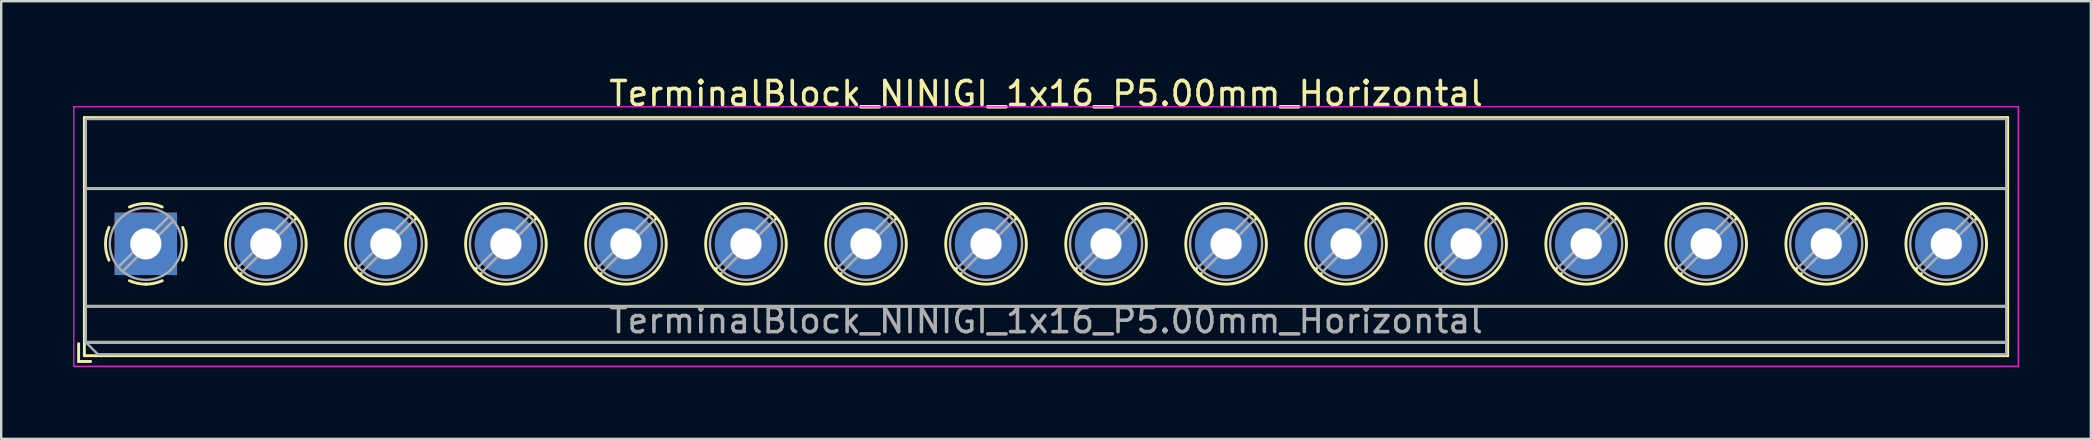
<source format=kicad_pcb>
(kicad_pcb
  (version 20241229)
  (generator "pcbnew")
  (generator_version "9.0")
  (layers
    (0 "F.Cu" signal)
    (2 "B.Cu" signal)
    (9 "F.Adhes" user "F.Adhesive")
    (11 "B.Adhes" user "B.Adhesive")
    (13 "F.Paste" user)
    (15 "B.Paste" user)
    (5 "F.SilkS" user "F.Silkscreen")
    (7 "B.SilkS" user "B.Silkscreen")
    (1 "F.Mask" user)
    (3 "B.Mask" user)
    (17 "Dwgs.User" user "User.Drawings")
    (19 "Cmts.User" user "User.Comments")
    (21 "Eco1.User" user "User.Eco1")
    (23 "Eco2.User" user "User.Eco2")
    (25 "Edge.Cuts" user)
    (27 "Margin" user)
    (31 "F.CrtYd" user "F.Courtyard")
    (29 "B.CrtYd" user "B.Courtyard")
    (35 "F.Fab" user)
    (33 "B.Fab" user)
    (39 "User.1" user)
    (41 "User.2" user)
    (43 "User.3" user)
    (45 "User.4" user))
  (footprint "TerminalBlock_NINIGI_1x16_P5.00mm_Horizontal"
    (layer "F.Cu")
    (at 3.025 7.108)
    (property "Reference" "TerminalBlock_NINIGI_1x16_P5.00mm_Horizontal" (at 37.5 -6.26 0) (layer "F.SilkS") (effects (font (size 1 1) (thickness 0.15))))
    (attr through_hole)
    (fp_line (start -2.8 4.16) (end -2.8 4.9) (stroke (width 0.12) (type solid)) (layer "F.SilkS"))
    (fp_line (start -2.8 4.9) (end -2.3 4.9) (stroke (width 0.12) (type solid)) (layer "F.SilkS"))
    (fp_line (start -2.56 -5.261) (end -2.56 4.66) (stroke (width 0.12) (type solid)) (layer "F.SilkS"))
    (fp_line (start -2.56 -5.261) (end 77.56 -5.261) (stroke (width 0.12) (type solid)) (layer "F.SilkS"))
    (fp_line (start -2.56 -2.301) (end 77.56 -2.301) (stroke (width 0.12) (type solid)) (layer "F.SilkS"))
    (fp_line (start -2.56 2.6) (end 77.56 2.6) (stroke (width 0.12) (type solid)) (layer "F.SilkS"))
    (fp_line (start -2.56 4.1) (end 77.56 4.1) (stroke (width 0.12) (type solid)) (layer "F.SilkS"))
    (fp_line (start -2.56 4.66) (end 77.56 4.66) (stroke (width 0.12) (type solid)) (layer "F.SilkS"))
    (fp_line (start 3.773 1.023) (end 3.726 1.069) (stroke (width 0.12) (type solid)) (layer "F.SilkS"))
    (fp_line (start 3.966 1.239) (end 3.931 1.274) (stroke (width 0.12) (type solid)) (layer "F.SilkS"))
    (fp_line (start 6.07 -1.275) (end 6.035 -1.239) (stroke (width 0.12) (type solid)) (layer "F.SilkS"))
    (fp_line (start 6.275 -1.069) (end 6.228 -1.023) (stroke (width 0.12) (type solid)) (layer "F.SilkS"))
    (fp_line (start 8.773 1.023) (end 8.726 1.069) (stroke (width 0.12) (type solid)) (layer "F.SilkS"))
    (fp_line (start 8.966 1.239) (end 8.931 1.274) (stroke (width 0.12) (type solid)) (layer "F.SilkS"))
    (fp_line (start 11.07 -1.275) (end 11.035 -1.239) (stroke (width 0.12) (type solid)) (layer "F.SilkS"))
    (fp_line (start 11.275 -1.069) (end 11.228 -1.023) (stroke (width 0.12) (type solid)) (layer "F.SilkS"))
    (fp_line (start 13.773 1.023) (end 13.726 1.069) (stroke (width 0.12) (type solid)) (layer "F.SilkS"))
    (fp_line (start 13.966 1.239) (end 13.931 1.274) (stroke (width 0.12) (type solid)) (layer "F.SilkS"))
    (fp_line (start 16.07 -1.275) (end 16.035 -1.239) (stroke (width 0.12) (type solid)) (layer "F.SilkS"))
    (fp_line (start 16.275 -1.069) (end 16.228 -1.023) (stroke (width 0.12) (type solid)) (layer "F.SilkS"))
    (fp_line (start 18.773 1.023) (end 18.726 1.069) (stroke (width 0.12) (type solid)) (layer "F.SilkS"))
    (fp_line (start 18.966 1.239) (end 18.931 1.274) (stroke (width 0.12) (type solid)) (layer "F.SilkS"))
    (fp_line (start 21.07 -1.275) (end 21.035 -1.239) (stroke (width 0.12) (type solid)) (layer "F.SilkS"))
    (fp_line (start 21.275 -1.069) (end 21.228 -1.023) (stroke (width 0.12) (type solid)) (layer "F.SilkS"))
    (fp_line (start 23.773 1.023) (end 23.726 1.069) (stroke (width 0.12) (type solid)) (layer "F.SilkS"))
    (fp_line (start 23.966 1.239) (end 23.931 1.274) (stroke (width 0.12) (type solid)) (layer "F.SilkS"))
    (fp_line (start 26.07 -1.275) (end 26.035 -1.239) (stroke (width 0.12) (type solid)) (layer "F.SilkS"))
    (fp_line (start 26.275 -1.069) (end 26.228 -1.023) (stroke (width 0.12) (type solid)) (layer "F.SilkS"))
    (fp_line (start 28.773 1.023) (end 28.726 1.069) (stroke (width 0.12) (type solid)) (layer "F.SilkS"))
    (fp_line (start 28.966 1.239) (end 28.931 1.274) (stroke (width 0.12) (type solid)) (layer "F.SilkS"))
    (fp_line (start 31.07 -1.275) (end 31.035 -1.239) (stroke (width 0.12) (type solid)) (layer "F.SilkS"))
    (fp_line (start 31.275 -1.069) (end 31.228 -1.023) (stroke (width 0.12) (type solid)) (layer "F.SilkS"))
    (fp_line (start 33.773 1.023) (end 33.726 1.069) (stroke (width 0.12) (type solid)) (layer "F.SilkS"))
    (fp_line (start 33.966 1.239) (end 33.931 1.274) (stroke (width 0.12) (type solid)) (layer "F.SilkS"))
    (fp_line (start 36.07 -1.275) (end 36.035 -1.239) (stroke (width 0.12) (type solid)) (layer "F.SilkS"))
    (fp_line (start 36.275 -1.069) (end 36.228 -1.023) (stroke (width 0.12) (type solid)) (layer "F.SilkS"))
    (fp_line (start 38.773 1.023) (end 38.726 1.069) (stroke (width 0.12) (type solid)) (layer "F.SilkS"))
    (fp_line (start 38.966 1.239) (end 38.931 1.274) (stroke (width 0.12) (type solid)) (layer "F.SilkS"))
    (fp_line (start 41.07 -1.275) (end 41.035 -1.239) (stroke (width 0.12) (type solid)) (layer "F.SilkS"))
    (fp_line (start 41.275 -1.069) (end 41.228 -1.023) (stroke (width 0.12) (type solid)) (layer "F.SilkS"))
    (fp_line (start 43.773 1.023) (end 43.726 1.069) (stroke (width 0.12) (type solid)) (layer "F.SilkS"))
    (fp_line (start 43.966 1.239) (end 43.931 1.274) (stroke (width 0.12) (type solid)) (layer "F.SilkS"))
    (fp_line (start 46.07 -1.275) (end 46.035 -1.239) (stroke (width 0.12) (type solid)) (layer "F.SilkS"))
    (fp_line (start 46.275 -1.069) (end 46.228 -1.023) (stroke (width 0.12) (type solid)) (layer "F.SilkS"))
    (fp_line (start 48.773 1.023) (end 48.726 1.069) (stroke (width 0.12) (type solid)) (layer "F.SilkS"))
    (fp_line (start 48.966 1.239) (end 48.931 1.274) (stroke (width 0.12) (type solid)) (layer "F.SilkS"))
    (fp_line (start 51.07 -1.275) (end 51.035 -1.239) (stroke (width 0.12) (type solid)) (layer "F.SilkS"))
    (fp_line (start 51.275 -1.069) (end 51.228 -1.023) (stroke (width 0.12) (type solid)) (layer "F.SilkS"))
    (fp_line (start 53.773 1.023) (end 53.726 1.069) (stroke (width 0.12) (type solid)) (layer "F.SilkS"))
    (fp_line (start 53.966 1.239) (end 53.931 1.274) (stroke (width 0.12) (type solid)) (layer "F.SilkS"))
    (fp_line (start 56.07 -1.275) (end 56.035 -1.239) (stroke (width 0.12) (type solid)) (layer "F.SilkS"))
    (fp_line (start 56.275 -1.069) (end 56.228 -1.023) (stroke (width 0.12) (type solid)) (layer "F.SilkS"))
    (fp_line (start 58.773 1.023) (end 58.726 1.069) (stroke (width 0.12) (type solid)) (layer "F.SilkS"))
    (fp_line (start 58.966 1.239) (end 58.931 1.274) (stroke (width 0.12) (type solid)) (layer "F.SilkS"))
    (fp_line (start 61.07 -1.275) (end 61.035 -1.239) (stroke (width 0.12) (type solid)) (layer "F.SilkS"))
    (fp_line (start 61.275 -1.069) (end 61.228 -1.023) (stroke (width 0.12) (type solid)) (layer "F.SilkS"))
    (fp_line (start 63.773 1.023) (end 63.726 1.069) (stroke (width 0.12) (type solid)) (layer "F.SilkS"))
    (fp_line (start 63.966 1.239) (end 63.931 1.274) (stroke (width 0.12) (type solid)) (layer "F.SilkS"))
    (fp_line (start 66.07 -1.275) (end 66.035 -1.239) (stroke (width 0.12) (type solid)) (layer "F.SilkS"))
    (fp_line (start 66.275 -1.069) (end 66.228 -1.023) (stroke (width 0.12) (type solid)) (layer "F.SilkS"))
    (fp_line (start 68.773 1.023) (end 68.726 1.069) (stroke (width 0.12) (type solid)) (layer "F.SilkS"))
    (fp_line (start 68.966 1.239) (end 68.931 1.274) (stroke (width 0.12) (type solid)) (layer "F.SilkS"))
    (fp_line (start 71.07 -1.275) (end 71.035 -1.239) (stroke (width 0.12) (type solid)) (layer "F.SilkS"))
    (fp_line (start 71.275 -1.069) (end 71.228 -1.023) (stroke (width 0.12) (type solid)) (layer "F.SilkS"))
    (fp_line (start 73.773 1.023) (end 73.726 1.069) (stroke (width 0.12) (type solid)) (layer "F.SilkS"))
    (fp_line (start 73.966 1.239) (end 73.931 1.274) (stroke (width 0.12) (type solid)) (layer "F.SilkS"))
    (fp_line (start 76.07 -1.275) (end 76.035 -1.239) (stroke (width 0.12) (type solid)) (layer "F.SilkS"))
    (fp_line (start 76.275 -1.069) (end 76.228 -1.023) (stroke (width 0.12) (type solid)) (layer "F.SilkS"))
    (fp_line (start 77.56 -5.261) (end 77.56 4.66) (stroke (width 0.12) (type solid)) (layer "F.SilkS"))
    (fp_arc (start -1.535427 0.683042) (mid -1.680501 -0.000524) (end -1.535 -0.684) (stroke (width 0.12) (type solid)) (layer "F.SilkS"))
    (fp_arc (start -0.683042 -1.535427) (mid 0.000524 -1.680501) (end 0.684 -1.535) (stroke (width 0.12) (type solid)) (layer "F.SilkS"))
    (fp_arc (start 0.028805 1.680253) (mid -0.335551 1.646659) (end -0.684 1.535) (stroke (width 0.12) (type solid)) (layer "F.SilkS"))
    (fp_arc (start 0.683318 1.534756) (mid 0.349292 1.643288) (end 0 1.68) (stroke (width 0.12) (type solid)) (layer "F.SilkS"))
    (fp_arc (start 1.535427 -0.683042) (mid 1.680501 0.000524) (end 1.535 0.684) (stroke (width 0.12) (type solid)) (layer "F.SilkS"))
    (fp_circle (center 5 0) (end 6.68 0) (stroke (width 0.12) (type solid)) (fill no) (layer "F.SilkS"))
    (fp_circle (center 10 0) (end 11.68 0) (stroke (width 0.12) (type solid)) (fill no) (layer "F.SilkS"))
    (fp_circle (center 15 0) (end 16.68 0) (stroke (width 0.12) (type solid)) (fill no) (layer "F.SilkS"))
    (fp_circle (center 20 0) (end 21.68 0) (stroke (width 0.12) (type solid)) (fill no) (layer "F.SilkS"))
    (fp_circle (center 25 0) (end 26.68 0) (stroke (width 0.12) (type solid)) (fill no) (layer "F.SilkS"))
    (fp_circle (center 30 0) (end 31.68 0) (stroke (width 0.12) (type solid)) (fill no) (layer "F.SilkS"))
    (fp_circle (center 35 0) (end 36.68 0) (stroke (width 0.12) (type solid)) (fill no) (layer "F.SilkS"))
    (fp_circle (center 40 0) (end 41.68 0) (stroke (width 0.12) (type solid)) (fill no) (layer "F.SilkS"))
    (fp_circle (center 45 0) (end 46.68 0) (stroke (width 0.12) (type solid)) (fill no) (layer "F.SilkS"))
    (fp_circle (center 50 0) (end 51.68 0) (stroke (width 0.12) (type solid)) (fill no) (layer "F.SilkS"))
    (fp_circle (center 55 0) (end 56.68 0) (stroke (width 0.12) (type solid)) (fill no) (layer "F.SilkS"))
    (fp_circle (center 60 0) (end 61.68 0) (stroke (width 0.12) (type solid)) (fill no) (layer "F.SilkS"))
    (fp_circle (center 65 0) (end 66.68 0) (stroke (width 0.12) (type solid)) (fill no) (layer "F.SilkS"))
    (fp_circle (center 70 0) (end 71.68 0) (stroke (width 0.12) (type solid)) (fill no) (layer "F.SilkS"))
    (fp_circle (center 75 0) (end 76.68 0) (stroke (width 0.12) (type solid)) (fill no) (layer "F.SilkS"))
    (fp_line (start -3 -5.71) (end -3 5.1) (stroke (width 0.05) (type solid)) (layer "F.CrtYd"))
    (fp_line (start -3 5.1) (end 78 5.1) (stroke (width 0.05) (type solid)) (layer "F.CrtYd"))
    (fp_line (start 78 -5.71) (end -3 -5.71) (stroke (width 0.05) (type solid)) (layer "F.CrtYd"))
    (fp_line (start 78 5.1) (end 78 -5.71) (stroke (width 0.05) (type solid)) (layer "F.CrtYd"))
    (fp_line (start -2.5 -5.2) (end 77.5 -5.2) (stroke (width 0.1) (type solid)) (layer "F.Fab"))
    (fp_line (start -2.5 -2.3) (end 77.5 -2.3) (stroke (width 0.1) (type solid)) (layer "F.Fab"))
    (fp_line (start -2.5 2.6) (end 77.5 2.6) (stroke (width 0.1) (type solid)) (layer "F.Fab"))
    (fp_line (start -2.5 4.1) (end -2.5 -5.2) (stroke (width 0.1) (type solid)) (layer "F.Fab"))
    (fp_line (start -2.5 4.1) (end 77.5 4.1) (stroke (width 0.1) (type solid)) (layer "F.Fab"))
    (fp_line (start -2 4.6) (end -2.5 4.1) (stroke (width 0.1) (type solid)) (layer "F.Fab"))
    (fp_line (start 0.955 -1.138) (end -1.138 0.955) (stroke (width 0.1) (type solid)) (layer "F.Fab"))
    (fp_line (start 1.138 -0.955) (end -0.955 1.138) (stroke (width 0.1) (type solid)) (layer "F.Fab"))
    (fp_line (start 5.955 -1.138) (end 3.863 0.955) (stroke (width 0.1) (type solid)) (layer "F.Fab"))
    (fp_line (start 6.138 -0.955) (end 4.046 1.138) (stroke (width 0.1) (type solid)) (layer "F.Fab"))
    (fp_line (start 10.955 -1.138) (end 8.863 0.955) (stroke (width 0.1) (type solid)) (layer "F.Fab"))
    (fp_line (start 11.138 -0.955) (end 9.046 1.138) (stroke (width 0.1) (type solid)) (layer "F.Fab"))
    (fp_line (start 15.955 -1.138) (end 13.863 0.955) (stroke (width 0.1) (type solid)) (layer "F.Fab"))
    (fp_line (start 16.138 -0.955) (end 14.046 1.138) (stroke (width 0.1) (type solid)) (layer "F.Fab"))
    (fp_line (start 20.955 -1.138) (end 18.863 0.955) (stroke (width 0.1) (type solid)) (layer "F.Fab"))
    (fp_line (start 21.138 -0.955) (end 19.046 1.138) (stroke (width 0.1) (type solid)) (layer "F.Fab"))
    (fp_line (start 25.955 -1.138) (end 23.863 0.955) (stroke (width 0.1) (type solid)) (layer "F.Fab"))
    (fp_line (start 26.138 -0.955) (end 24.046 1.138) (stroke (width 0.1) (type solid)) (layer "F.Fab"))
    (fp_line (start 30.955 -1.138) (end 28.863 0.955) (stroke (width 0.1) (type solid)) (layer "F.Fab"))
    (fp_line (start 31.138 -0.955) (end 29.046 1.138) (stroke (width 0.1) (type solid)) (layer "F.Fab"))
    (fp_line (start 35.955 -1.138) (end 33.863 0.955) (stroke (width 0.1) (type solid)) (layer "F.Fab"))
    (fp_line (start 36.138 -0.955) (end 34.046 1.138) (stroke (width 0.1) (type solid)) (layer "F.Fab"))
    (fp_line (start 40.955 -1.138) (end 38.863 0.955) (stroke (width 0.1) (type solid)) (layer "F.Fab"))
    (fp_line (start 41.138 -0.955) (end 39.046 1.138) (stroke (width 0.1) (type solid)) (layer "F.Fab"))
    (fp_line (start 45.955 -1.138) (end 43.863 0.955) (stroke (width 0.1) (type solid)) (layer "F.Fab"))
    (fp_line (start 46.138 -0.955) (end 44.046 1.138) (stroke (width 0.1) (type solid)) (layer "F.Fab"))
    (fp_line (start 50.955 -1.138) (end 48.863 0.955) (stroke (width 0.1) (type solid)) (layer "F.Fab"))
    (fp_line (start 51.138 -0.955) (end 49.046 1.138) (stroke (width 0.1) (type solid)) (layer "F.Fab"))
    (fp_line (start 55.955 -1.138) (end 53.863 0.955) (stroke (width 0.1) (type solid)) (layer "F.Fab"))
    (fp_line (start 56.138 -0.955) (end 54.046 1.138) (stroke (width 0.1) (type solid)) (layer "F.Fab"))
    (fp_line (start 60.955 -1.138) (end 58.863 0.955) (stroke (width 0.1) (type solid)) (layer "F.Fab"))
    (fp_line (start 61.138 -0.955) (end 59.046 1.138) (stroke (width 0.1) (type solid)) (layer "F.Fab"))
    (fp_line (start 65.955 -1.138) (end 63.863 0.955) (stroke (width 0.1) (type solid)) (layer "F.Fab"))
    (fp_line (start 66.138 -0.955) (end 64.046 1.138) (stroke (width 0.1) (type solid)) (layer "F.Fab"))
    (fp_line (start 70.955 -1.138) (end 68.863 0.955) (stroke (width 0.1) (type solid)) (layer "F.Fab"))
    (fp_line (start 71.138 -0.955) (end 69.046 1.138) (stroke (width 0.1) (type solid)) (layer "F.Fab"))
    (fp_line (start 75.955 -1.138) (end 73.863 0.955) (stroke (width 0.1) (type solid)) (layer "F.Fab"))
    (fp_line (start 76.138 -0.955) (end 74.046 1.138) (stroke (width 0.1) (type solid)) (layer "F.Fab"))
    (fp_line (start 77.5 -5.2) (end 77.5 4.6) (stroke (width 0.1) (type solid)) (layer "F.Fab"))
    (fp_line (start 77.5 4.6) (end -2 4.6) (stroke (width 0.1) (type solid)) (layer "F.Fab"))
    (fp_circle (center 0 0) (end 1.5 0) (stroke (width 0.1) (type solid)) (fill no) (layer "F.Fab"))
    (fp_circle (center 5 0) (end 6.5 0) (stroke (width 0.1) (type solid)) (fill no) (layer "F.Fab"))
    (fp_circle (center 10 0) (end 11.5 0) (stroke (width 0.1) (type solid)) (fill no) (layer "F.Fab"))
    (fp_circle (center 15 0) (end 16.5 0) (stroke (width 0.1) (type solid)) (fill no) (layer "F.Fab"))
    (fp_circle (center 20 0) (end 21.5 0) (stroke (width 0.1) (type solid)) (fill no) (layer "F.Fab"))
    (fp_circle (center 25 0) (end 26.5 0) (stroke (width 0.1) (type solid)) (fill no) (layer "F.Fab"))
    (fp_circle (center 30 0) (end 31.5 0) (stroke (width 0.1) (type solid)) (fill no) (layer "F.Fab"))
    (fp_circle (center 35 0) (end 36.5 0) (stroke (width 0.1) (type solid)) (fill no) (layer "F.Fab"))
    (fp_circle (center 40 0) (end 41.5 0) (stroke (width 0.1) (type solid)) (fill no) (layer "F.Fab"))
    (fp_circle (center 45 0) (end 46.5 0) (stroke (width 0.1) (type solid)) (fill no) (layer "F.Fab"))
    (fp_circle (center 50 0) (end 51.5 0) (stroke (width 0.1) (type solid)) (fill no) (layer "F.Fab"))
    (fp_circle (center 55 0) (end 56.5 0) (stroke (width 0.1) (type solid)) (fill no) (layer "F.Fab"))
    (fp_circle (center 60 0) (end 61.5 0) (stroke (width 0.1) (type solid)) (fill no) (layer "F.Fab"))
    (fp_circle (center 65 0) (end 66.5 0) (stroke (width 0.1) (type solid)) (fill no) (layer "F.Fab"))
    (fp_circle (center 70 0) (end 71.5 0) (stroke (width 0.1) (type solid)) (fill no) (layer "F.Fab"))
    (fp_circle (center 75 0) (end 76.5 0) (stroke (width 0.1) (type solid)) (fill no) (layer "F.Fab"))
    (fp_text user "${REFERENCE}" (at 37.5 3.2 0) (layer "F.Fab") (effects (font (size 1 1) (thickness 0.15))))
    (pad "1" thru_hole rect (at 0 0) (size 2.6 2.6) (drill 1.3) (layers "*.Cu" "*.Mask"))
    (pad "2" thru_hole circle (at 5 0) (size 2.6 2.6) (drill 1.3) (layers "*.Cu" "*.Mask"))
    (pad "3" thru_hole circle (at 10 0) (size 2.6 2.6) (drill 1.3) (layers "*.Cu" "*.Mask"))
    (pad "4" thru_hole circle (at 15 0) (size 2.6 2.6) (drill 1.3) (layers "*.Cu" "*.Mask"))
    (pad "5" thru_hole circle (at 20 0) (size 2.6 2.6) (drill 1.3) (layers "*.Cu" "*.Mask"))
    (pad "6" thru_hole circle (at 25 0) (size 2.6 2.6) (drill 1.3) (layers "*.Cu" "*.Mask"))
    (pad "7" thru_hole circle (at 30 0) (size 2.6 2.6) (drill 1.3) (layers "*.Cu" "*.Mask"))
    (pad "8" thru_hole circle (at 35 0) (size 2.6 2.6) (drill 1.3) (layers "*.Cu" "*.Mask"))
    (pad "9" thru_hole circle (at 40 0) (size 2.6 2.6) (drill 1.3) (layers "*.Cu" "*.Mask"))
    (pad "10" thru_hole circle (at 45 0) (size 2.6 2.6) (drill 1.3) (layers "*.Cu" "*.Mask"))
    (pad "11" thru_hole circle (at 50 0) (size 2.6 2.6) (drill 1.3) (layers "*.Cu" "*.Mask"))
    (pad "12" thru_hole circle (at 55 0) (size 2.6 2.6) (drill 1.3) (layers "*.Cu" "*.Mask"))
    (pad "13" thru_hole circle (at 60 0) (size 2.6 2.6) (drill 1.3) (layers "*.Cu" "*.Mask"))
    (pad "14" thru_hole circle (at 65 0) (size 2.6 2.6) (drill 1.3) (layers "*.Cu" "*.Mask"))
    (pad "15" thru_hole circle (at 70 0) (size 2.6 2.6) (drill 1.3) (layers "*.Cu" "*.Mask"))
    (pad "16" thru_hole circle (at 75 0) (size 2.6 2.6) (drill 1.3) (layers "*.Cu" "*.Mask")))
  (gr_rect
    (start -3 -3)
    (end 84.05 15.233)
    (stroke (width 0.1) (type default))
    (fill no)
    (layer "Edge.Cuts")))
</source>
